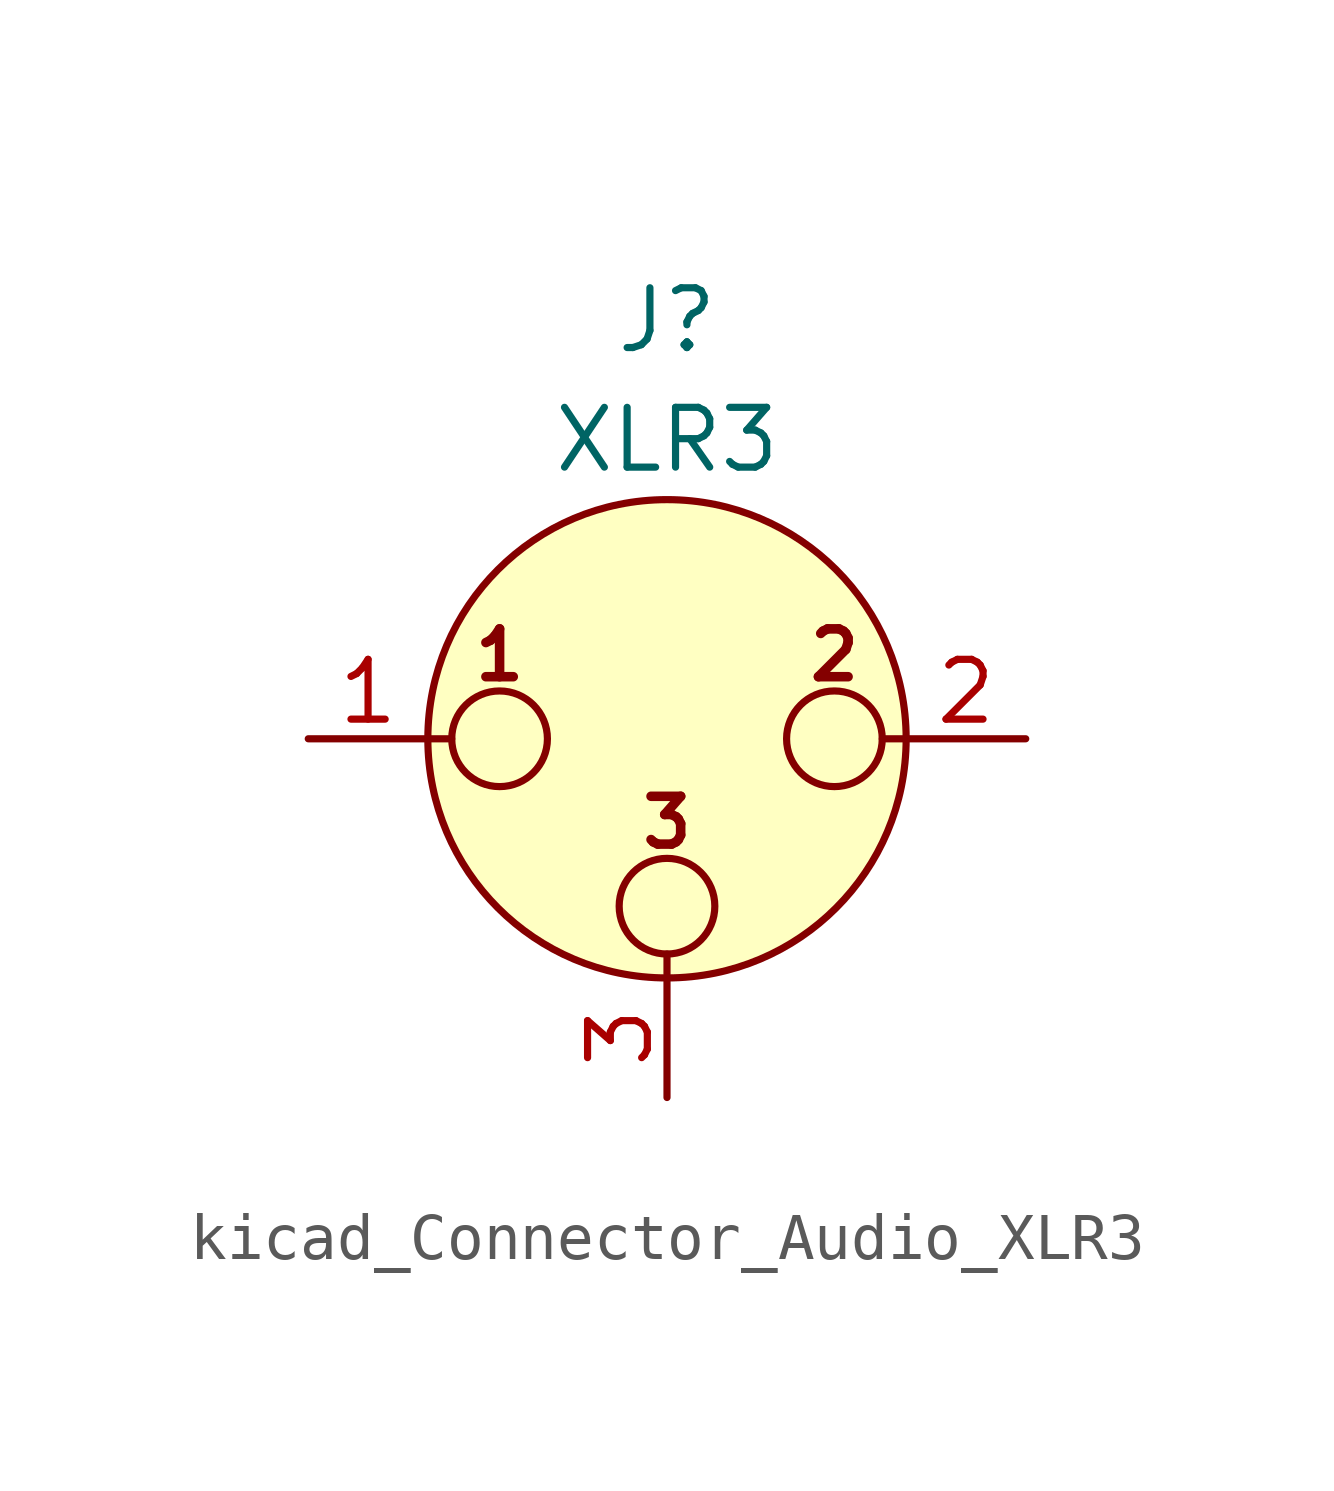
<source format=kicad_sym>
(kicad_symbol_lib
  (version 20220914)
  (generator kicad_symbol_editor)
  (symbol "kicad_Connector_Audio_XLR3"
    (pin_names hide)
    (property "Reference" "J"
      (at 0 8.89 0)
      (effects (font (size 1.27 1.27))))
    (property "Value" "XLR3"
      (at 0 6.35 0)
      (effects (font (size 1.27 1.27))))
    (symbol "kicad_Connector_Audio_XLR3_0_1"
      (circle (center -3.556 0) (radius 1.016) (stroke (width 0) (type default)) (fill (type none)))
      (circle (center 0 -3.556) (radius 1.016) (stroke (width 0) (type default)) (fill (type none)))
      (polyline (pts (xy -5.08 0) (xy -4.572 0)) (stroke (width 0) (type default)) (fill (type none)))
      (polyline (pts (xy 0 -5.08) (xy 0 -4.572)) (stroke (width 0) (type default)) (fill (type none)))
      (polyline (pts (xy 5.08 0) (xy 4.572 0)) (stroke (width 0) (type default)) (fill (type none)))
      (circle (center 0 0) (radius 5.08) (stroke (width 0) (type default)) (fill (type background)))
      (circle (center 3.556 0) (radius 1.016) (stroke (width 0) (type default)) (fill (type none)))
      (text "1" (at -3.556 1.778 0) (effects (font (size 1.016 1.016) bold)))
      (text "2" (at 3.556 1.778 0) (effects (font (size 1.016 1.016) bold)))
      (text "3" (at 0 -1.778 0) (effects (font (size 1.016 1.016) bold)))
      (pin passive line (at -7.62 0 0) (length 2.54) (name "~" (effects (font (size 1.27 1.27)))) (number "1" (effects (font (size 1.27 1.27)))))
      (pin passive line (at 7.62 0 180) (length 2.54) (name "~" (effects (font (size 1.27 1.27)))) (number "2" (effects (font (size 1.27 1.27)))))
      (pin passive line (at 0 -7.62 90) (length 2.54) (name "~" (effects (font (size 1.27 1.27)))) (number "3" (effects (font (size 1.27 1.27))))))))
</source>
